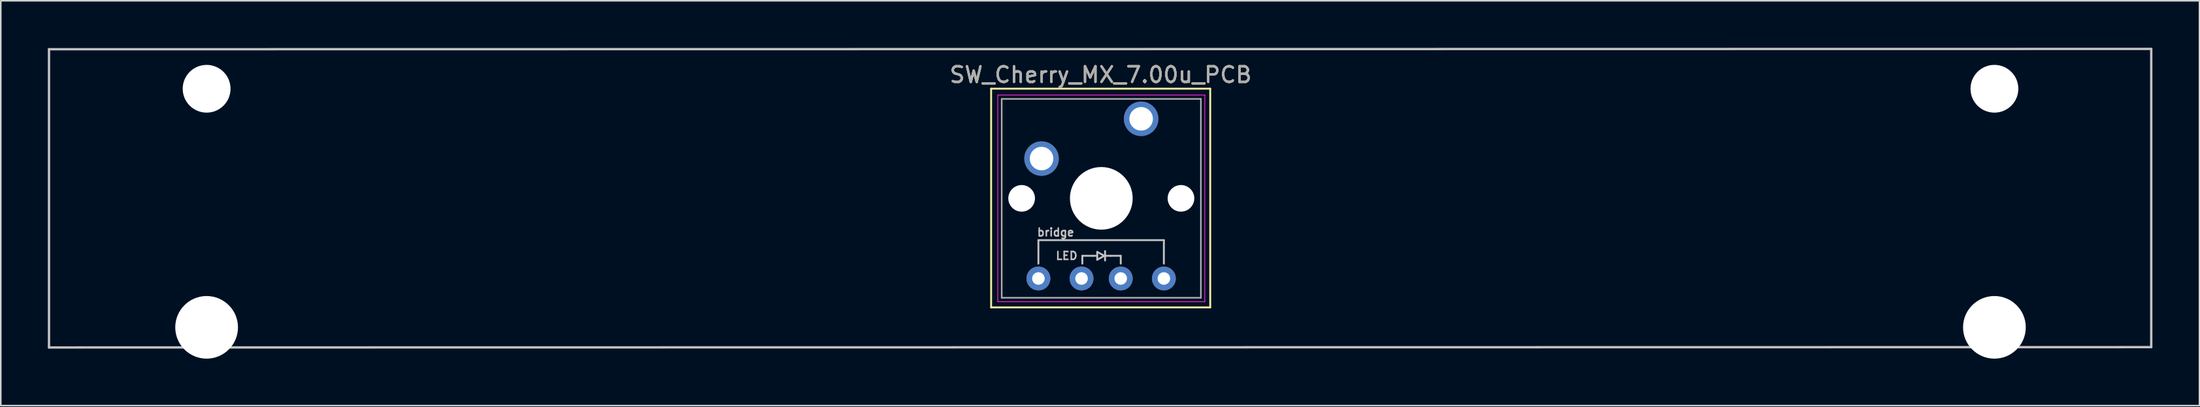
<source format=kicad_pcb>
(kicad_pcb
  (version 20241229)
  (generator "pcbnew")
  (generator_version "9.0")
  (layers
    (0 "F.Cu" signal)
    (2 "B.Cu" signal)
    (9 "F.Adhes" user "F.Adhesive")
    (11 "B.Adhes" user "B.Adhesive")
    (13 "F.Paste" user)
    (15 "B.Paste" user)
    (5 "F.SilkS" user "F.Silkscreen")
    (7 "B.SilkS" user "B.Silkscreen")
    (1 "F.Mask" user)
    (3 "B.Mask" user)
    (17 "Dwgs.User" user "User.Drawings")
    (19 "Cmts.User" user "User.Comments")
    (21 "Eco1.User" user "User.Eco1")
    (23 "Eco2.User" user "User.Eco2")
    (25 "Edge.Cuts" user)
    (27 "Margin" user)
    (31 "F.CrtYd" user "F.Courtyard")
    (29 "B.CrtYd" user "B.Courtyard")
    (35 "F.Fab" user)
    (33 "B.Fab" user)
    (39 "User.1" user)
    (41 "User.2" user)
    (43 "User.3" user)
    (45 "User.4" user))
  (footprint "SW_Cherry_MX_7.00u_PCB"
    (layer "F.Cu")
    (at 69.675 4.52)
    (property "Reference" "SW_Cherry_MX_7.00u_PCB" (at -2.54 -2.794 0) (layer "F.SilkS") (effects (font (size 1 1) (thickness 0.15))))
    (attr through_hole)
    (fp_line (start -9.525 -1.905) (end 4.445 -1.905) (stroke (width 0.12) (type solid)) (layer "F.SilkS"))
    (fp_line (start -9.525 12.065) (end -9.525 -1.905) (stroke (width 0.12) (type solid)) (layer "F.SilkS"))
    (fp_line (start 4.445 -1.905) (end 4.445 12.065) (stroke (width 0.12) (type solid)) (layer "F.SilkS"))
    (fp_line (start 4.445 12.065) (end -9.525 12.065) (stroke (width 0.12) (type solid)) (layer "F.SilkS"))
    (fp_line (start -69.6 -4.425) (end 64.45 -4.445) (stroke (width 0.15) (type solid)) (layer "Dwgs.User"))
    (fp_line (start -69.6 14.625) (end -69.6 -4.425) (stroke (width 0.15) (type solid)) (layer "Dwgs.User"))
    (fp_line (start -6.51 7.77) (end 1.49 7.77) (stroke (width 0.12) (type solid)) (layer "Dwgs.User"))
    (fp_line (start -6.51 9.27) (end -6.51 7.77) (stroke (width 0.12) (type solid)) (layer "Dwgs.User"))
    (fp_line (start -3.71 8.77) (end -3.71 9.27) (stroke (width 0.12) (type solid)) (layer "Dwgs.User"))
    (fp_line (start -3.06 8.77) (end -3.71 8.77) (stroke (width 0.12) (type solid)) (layer "Dwgs.User"))
    (fp_line (start -3.06 8.77) (end -2.76 8.77) (stroke (width 0.12) (type solid)) (layer "Dwgs.User"))
    (fp_line (start -2.76 8.52) (end -2.76 9.02) (stroke (width 0.12) (type solid)) (layer "Dwgs.User"))
    (fp_line (start -2.76 9.02) (end -2.31 8.77) (stroke (width 0.12) (type solid)) (layer "Dwgs.User"))
    (fp_line (start -2.31 8.77) (end -2.76 8.52) (stroke (width 0.12) (type solid)) (layer "Dwgs.User"))
    (fp_line (start -2.26 8.47) (end -2.26 9.07) (stroke (width 0.12) (type solid)) (layer "Dwgs.User"))
    (fp_line (start -2.26 8.77) (end -1.91 8.77) (stroke (width 0.12) (type solid)) (layer "Dwgs.User"))
    (fp_line (start -1.91 8.77) (end -1.26 8.77) (stroke (width 0.12) (type solid)) (layer "Dwgs.User"))
    (fp_line (start -1.26 8.77) (end -1.26 9.27) (stroke (width 0.12) (type solid)) (layer "Dwgs.User"))
    (fp_line (start 1.49 7.77) (end 1.49 9.27) (stroke (width 0.12) (type solid)) (layer "Dwgs.User"))
    (fp_line (start 64.45 -4.445) (end 64.45 14.605) (stroke (width 0.15) (type solid)) (layer "Dwgs.User"))
    (fp_line (start 64.45 14.605) (end -69.6 14.625) (stroke (width 0.15) (type solid)) (layer "Dwgs.User"))
    (fp_line (start -9.1 -1.5) (end 4.1 -1.5) (stroke (width 0.05) (type solid)) (layer "F.CrtYd"))
    (fp_line (start -9.1 11.7) (end -9.1 -1.5) (stroke (width 0.05) (type solid)) (layer "F.CrtYd"))
    (fp_line (start 4.1 -1.5) (end 4.1 11.7) (stroke (width 0.05) (type solid)) (layer "F.CrtYd"))
    (fp_line (start 4.1 11.7) (end -9.1 11.7) (stroke (width 0.05) (type solid)) (layer "F.CrtYd"))
    (fp_line (start -8.85 -1.25) (end 3.85 -1.25) (stroke (width 0.1) (type solid)) (layer "F.Fab"))
    (fp_line (start -8.85 11.45) (end -8.85 -1.25) (stroke (width 0.1) (type solid)) (layer "F.Fab"))
    (fp_line (start 3.85 -1.25) (end 3.85 11.45) (stroke (width 0.1) (type solid)) (layer "F.Fab"))
    (fp_line (start 3.85 11.45) (end -8.85 11.45) (stroke (width 0.1) (type solid)) (layer "F.Fab"))
    (fp_text user "LED" (at -4.71 8.77 0) (unlocked yes) (layer "Dwgs.User") (effects (font (size 0.5 0.5) (thickness 0.1))))
    (fp_text user "bridge" (at -5.41 7.27 0) (unlocked yes) (layer "Dwgs.User") (effects (font (size 0.5 0.5) (thickness 0.1))))
    (fp_text user "${REFERENCE}" (at -2.54 -2.794 0) (layer "F.Fab") (effects (font (size 1 1) (thickness 0.15))))
    (pad "" np_thru_hole circle (at -59.55 -1.9) (size 3.05 3.05) (drill 3.05) (layers "*.Cu" "*.Mask"))
    (pad "" np_thru_hole circle (at -59.55 13.34) (size 4 4) (drill 4) (layers "*.Cu" "*.Mask"))
    (pad "" np_thru_hole circle (at -7.58 5.1) (size 1.7 1.7) (drill 1.7) (layers "*.Cu" "*.Mask"))
    (pad "" np_thru_hole circle (at -2.5 5.1) (size 4 4) (drill 4) (layers "*.Cu" "*.Mask"))
    (pad "" np_thru_hole circle (at 2.58 5.1) (size 1.7 1.7) (drill 1.7) (layers "*.Cu" "*.Mask"))
    (pad "" np_thru_hole circle (at 54.45 -1.9) (size 3.05 3.05) (drill 3.05) (layers "*.Cu" "*.Mask"))
    (pad "" np_thru_hole circle (at 54.45 13.34) (size 4 4) (drill 4) (layers "*.Cu" "*.Mask"))
    (pad "1" thru_hole circle (at 0.04 0.02) (size 2.2 2.2) (drill 1.5) (layers "*.Cu" "*.Mask"))
    (pad "2" thru_hole circle (at -6.31 2.56) (size 2.2 2.2) (drill 1.5) (layers "*.Cu" "*.Mask"))
    (pad "3" thru_hole circle (at -6.51 10.22) (size 1.524 1.524) (drill 0.8) (layers "*.Cu" "*.Mask"))
    (pad "4" thru_hole circle (at -3.76 10.22) (size 1.524 1.524) (drill 0.8) (layers "*.Cu" "*.Mask"))
    (pad "5" thru_hole circle (at -1.26 10.22) (size 1.524 1.524) (drill 0.8) (layers "*.Cu" "*.Mask"))
    (pad "6" thru_hole circle (at 1.49 10.22) (size 1.524 1.524) (drill 0.8) (layers "*.Cu" "*.Mask")))
  (gr_rect
    (start -3 -3)
    (end 137.2 22.86)
    (stroke (width 0.1) (type default))
    (fill no)
    (layer "Edge.Cuts")))
</source>
